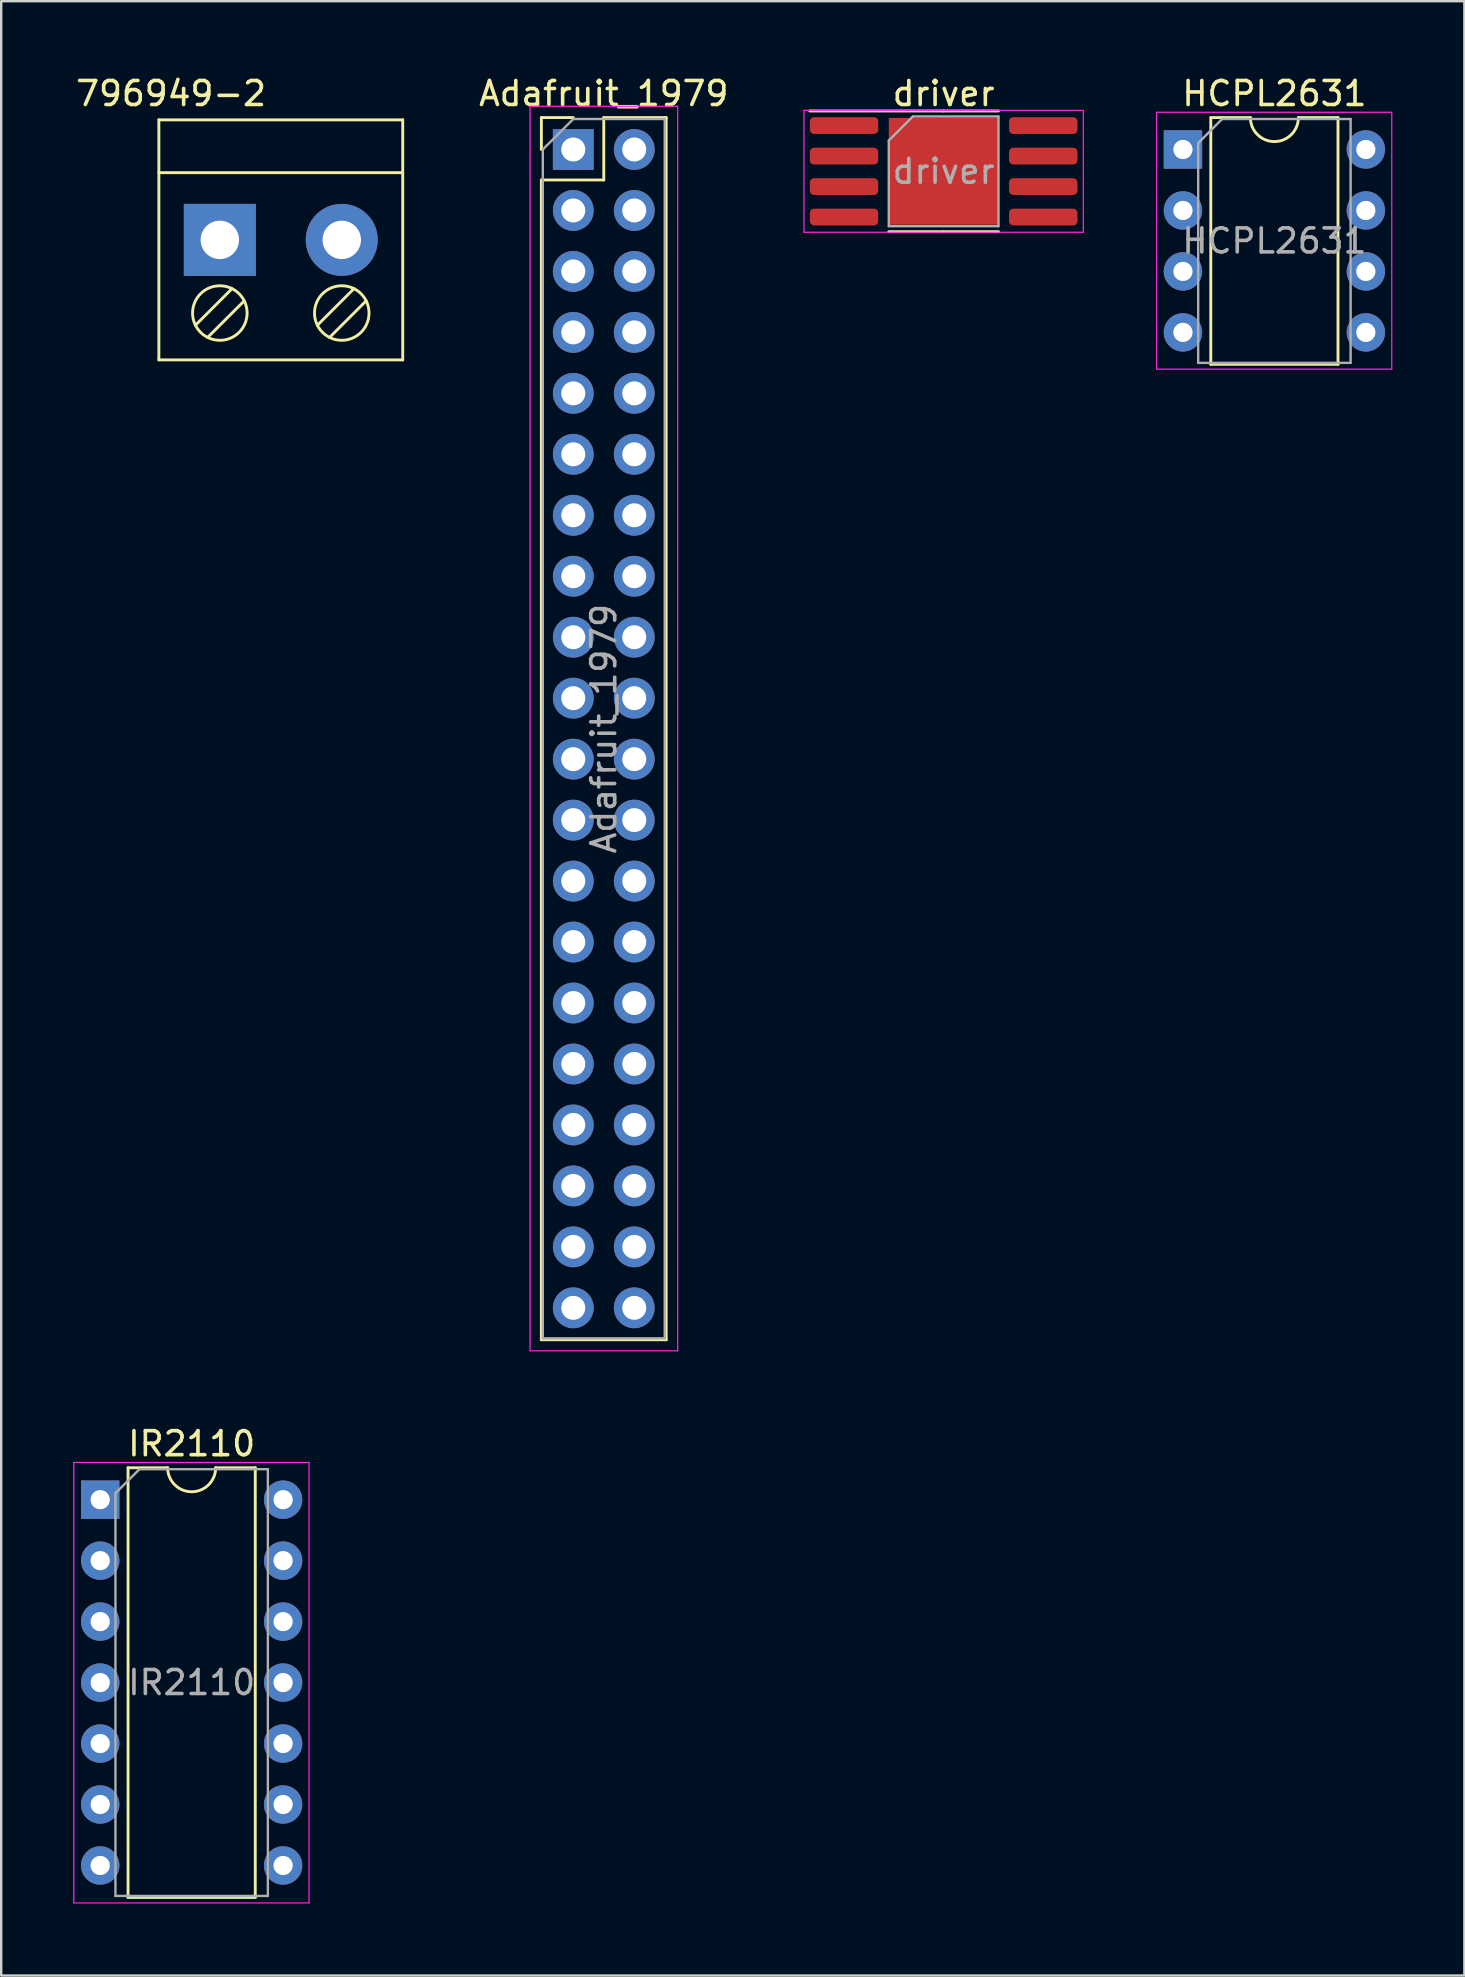
<source format=kicad_pcb>
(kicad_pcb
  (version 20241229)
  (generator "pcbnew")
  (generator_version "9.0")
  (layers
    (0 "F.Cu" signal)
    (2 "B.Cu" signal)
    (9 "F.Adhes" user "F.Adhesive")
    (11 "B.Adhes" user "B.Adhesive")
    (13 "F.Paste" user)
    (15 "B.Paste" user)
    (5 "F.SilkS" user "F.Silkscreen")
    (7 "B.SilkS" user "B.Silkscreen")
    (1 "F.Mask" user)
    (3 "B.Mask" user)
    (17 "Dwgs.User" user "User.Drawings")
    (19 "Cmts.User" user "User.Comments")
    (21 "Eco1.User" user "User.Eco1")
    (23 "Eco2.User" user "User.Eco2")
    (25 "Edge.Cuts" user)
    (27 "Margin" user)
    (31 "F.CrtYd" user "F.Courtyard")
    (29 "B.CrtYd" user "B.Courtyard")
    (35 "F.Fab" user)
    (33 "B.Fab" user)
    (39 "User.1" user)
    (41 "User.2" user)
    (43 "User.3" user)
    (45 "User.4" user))
  (footprint "796949-2"
    (layer "F.Cu")
    (at 6.109 6.944)
    (property "Reference" "796949-2" (at -2.032 -6.096 0) (layer "F.SilkS") (effects (font (size 1 1) (thickness 0.15))))
    (attr through_hole)
    (fp_line (start -2.54 -5) (end -2.54 5) (stroke (width 0.12) (type solid)) (layer "F.SilkS"))
    (fp_line (start -2.54 -2.8) (end 7.62 -2.8) (stroke (width 0.12) (type solid)) (layer "F.SilkS"))
    (fp_line (start -2.54 5) (end 7.62 5) (stroke (width 0.12) (type solid)) (layer "F.SilkS"))
    (fp_line (start 0.508 2.032) (end -1.016 3.556) (stroke (width 0.12) (type solid)) (layer "F.SilkS"))
    (fp_line (start 1.016 2.54) (end -0.508 4.064) (stroke (width 0.12) (type solid)) (layer "F.SilkS"))
    (fp_line (start 5.588 2.032) (end 4.064 3.556) (stroke (width 0.12) (type solid)) (layer "F.SilkS"))
    (fp_line (start 6.096 2.54) (end 4.572 4.064) (stroke (width 0.12) (type solid)) (layer "F.SilkS"))
    (fp_line (start 7.62 -5) (end -2.54 -5) (stroke (width 0.12) (type solid)) (layer "F.SilkS"))
    (fp_line (start 7.62 5) (end 7.62 -5) (stroke (width 0.12) (type solid)) (layer "F.SilkS"))
    (fp_circle (center 0 3.048) (end 1.016 3.556) (stroke (width 0.12) (type solid)) (fill no) (layer "F.SilkS"))
    (fp_circle (center 5.08 3.048) (end 5.588 4.064) (stroke (width 0.12) (type solid)) (fill no) (layer "F.SilkS"))
    (pad "1" thru_hole rect (at 0 0) (size 3 3) (drill 1.6) (layers "*.Cu" "*.Mask"))
    (pad "2" thru_hole circle (at 5.08 0) (size 3 3) (drill 1.6) (layers "*.Cu" "*.Mask")))
  (footprint "Adafruit_1979"
    (layer "F.Cu")
    (at 20.835 3.178)
    (property "Reference" "Adafruit_1979" (at 1.27 -2.33 0) (layer "F.SilkS") (effects (font (size 1 1) (thickness 0.15))))
    (attr through_hole)
    (fp_line (start -1.33 -1.33) (end 0 -1.33) (stroke (width 0.12) (type solid)) (layer "F.SilkS"))
    (fp_line (start -1.33 0) (end -1.33 -1.33) (stroke (width 0.12) (type solid)) (layer "F.SilkS"))
    (fp_line (start -1.33 1.27) (end -1.33 49.59) (stroke (width 0.12) (type solid)) (layer "F.SilkS"))
    (fp_line (start -1.33 1.27) (end 1.27 1.27) (stroke (width 0.12) (type solid)) (layer "F.SilkS"))
    (fp_line (start -1.33 49.59) (end 3.87 49.59) (stroke (width 0.12) (type solid)) (layer "F.SilkS"))
    (fp_line (start 1.27 -1.33) (end 3.87 -1.33) (stroke (width 0.12) (type solid)) (layer "F.SilkS"))
    (fp_line (start 1.27 1.27) (end 1.27 -1.33) (stroke (width 0.12) (type solid)) (layer "F.SilkS"))
    (fp_line (start 3.87 -1.33) (end 3.87 49.59) (stroke (width 0.12) (type solid)) (layer "F.SilkS"))
    (fp_line (start -1.8 -1.8) (end -1.8 50.05) (stroke (width 0.05) (type solid)) (layer "F.CrtYd"))
    (fp_line (start -1.8 50.05) (end 4.35 50.05) (stroke (width 0.05) (type solid)) (layer "F.CrtYd"))
    (fp_line (start 4.35 -1.8) (end -1.8 -1.8) (stroke (width 0.05) (type solid)) (layer "F.CrtYd"))
    (fp_line (start 4.35 50.05) (end 4.35 -1.8) (stroke (width 0.05) (type solid)) (layer "F.CrtYd"))
    (fp_line (start -1.27 0) (end 0 -1.27) (stroke (width 0.1) (type solid)) (layer "F.Fab"))
    (fp_line (start -1.27 49.53) (end -1.27 0) (stroke (width 0.1) (type solid)) (layer "F.Fab"))
    (fp_line (start 0 -1.27) (end 3.81 -1.27) (stroke (width 0.1) (type solid)) (layer "F.Fab"))
    (fp_line (start 3.81 -1.27) (end 3.81 49.53) (stroke (width 0.1) (type solid)) (layer "F.Fab"))
    (fp_line (start 3.81 49.53) (end -1.27 49.53) (stroke (width 0.1) (type solid)) (layer "F.Fab"))
    (fp_text user "${REFERENCE}" (at 1.27 24.13 90) (layer "F.Fab") (effects (font (size 1 1) (thickness 0.15))))
    (pad "1" thru_hole rect (at 0 0) (size 1.7 1.7) (drill 1) (layers "*.Cu" "*.Mask"))
    (pad "2" thru_hole oval (at 2.54 0) (size 1.7 1.7) (drill 1) (layers "*.Cu" "*.Mask"))
    (pad "3" thru_hole oval (at 0 2.54) (size 1.7 1.7) (drill 1) (layers "*.Cu" "*.Mask"))
    (pad "4" thru_hole oval (at 2.54 2.54) (size 1.7 1.7) (drill 1) (layers "*.Cu" "*.Mask"))
    (pad "5" thru_hole oval (at 0 5.08) (size 1.7 1.7) (drill 1) (layers "*.Cu" "*.Mask"))
    (pad "6" thru_hole oval (at 2.54 5.08) (size 1.7 1.7) (drill 1) (layers "*.Cu" "*.Mask"))
    (pad "7" thru_hole oval (at 0 7.62) (size 1.7 1.7) (drill 1) (layers "*.Cu" "*.Mask"))
    (pad "8" thru_hole oval (at 2.54 7.62) (size 1.7 1.7) (drill 1) (layers "*.Cu" "*.Mask"))
    (pad "9" thru_hole oval (at 0 10.16) (size 1.7 1.7) (drill 1) (layers "*.Cu" "*.Mask"))
    (pad "10" thru_hole oval (at 2.54 10.16) (size 1.7 1.7) (drill 1) (layers "*.Cu" "*.Mask"))
    (pad "11" thru_hole oval (at 0 12.7) (size 1.7 1.7) (drill 1) (layers "*.Cu" "*.Mask"))
    (pad "12" thru_hole oval (at 2.54 12.7) (size 1.7 1.7) (drill 1) (layers "*.Cu" "*.Mask"))
    (pad "13" thru_hole oval (at 0 15.24) (size 1.7 1.7) (drill 1) (layers "*.Cu" "*.Mask"))
    (pad "14" thru_hole oval (at 2.54 15.24) (size 1.7 1.7) (drill 1) (layers "*.Cu" "*.Mask"))
    (pad "15" thru_hole oval (at 0 17.78) (size 1.7 1.7) (drill 1) (layers "*.Cu" "*.Mask"))
    (pad "16" thru_hole oval (at 2.54 17.78) (size 1.7 1.7) (drill 1) (layers "*.Cu" "*.Mask"))
    (pad "17" thru_hole oval (at 0 20.32) (size 1.7 1.7) (drill 1) (layers "*.Cu" "*.Mask"))
    (pad "18" thru_hole oval (at 2.54 20.32) (size 1.7 1.7) (drill 1) (layers "*.Cu" "*.Mask"))
    (pad "19" thru_hole oval (at 0 22.86) (size 1.7 1.7) (drill 1) (layers "*.Cu" "*.Mask"))
    (pad "20" thru_hole oval (at 2.54 22.86) (size 1.7 1.7) (drill 1) (layers "*.Cu" "*.Mask"))
    (pad "21" thru_hole oval (at 0 25.4) (size 1.7 1.7) (drill 1) (layers "*.Cu" "*.Mask"))
    (pad "22" thru_hole oval (at 2.54 25.4) (size 1.7 1.7) (drill 1) (layers "*.Cu" "*.Mask"))
    (pad "23" thru_hole oval (at 0 27.94) (size 1.7 1.7) (drill 1) (layers "*.Cu" "*.Mask"))
    (pad "24" thru_hole oval (at 2.54 27.94) (size 1.7 1.7) (drill 1) (layers "*.Cu" "*.Mask"))
    (pad "25" thru_hole oval (at 0 30.48) (size 1.7 1.7) (drill 1) (layers "*.Cu" "*.Mask"))
    (pad "26" thru_hole oval (at 2.54 30.48) (size 1.7 1.7) (drill 1) (layers "*.Cu" "*.Mask"))
    (pad "27" thru_hole oval (at 0 33.02) (size 1.7 1.7) (drill 1) (layers "*.Cu" "*.Mask"))
    (pad "28" thru_hole oval (at 2.54 33.02) (size 1.7 1.7) (drill 1) (layers "*.Cu" "*.Mask"))
    (pad "29" thru_hole oval (at 0 35.56) (size 1.7 1.7) (drill 1) (layers "*.Cu" "*.Mask"))
    (pad "30" thru_hole oval (at 2.54 35.56) (size 1.7 1.7) (drill 1) (layers "*.Cu" "*.Mask"))
    (pad "31" thru_hole oval (at 0 38.1) (size 1.7 1.7) (drill 1) (layers "*.Cu" "*.Mask"))
    (pad "32" thru_hole oval (at 2.54 38.1) (size 1.7 1.7) (drill 1) (layers "*.Cu" "*.Mask"))
    (pad "33" thru_hole oval (at 0 40.64) (size 1.7 1.7) (drill 1) (layers "*.Cu" "*.Mask"))
    (pad "34" thru_hole oval (at 2.54 40.64) (size 1.7 1.7) (drill 1) (layers "*.Cu" "*.Mask"))
    (pad "35" thru_hole oval (at 0 43.18) (size 1.7 1.7) (drill 1) (layers "*.Cu" "*.Mask"))
    (pad "36" thru_hole oval (at 2.54 43.18) (size 1.7 1.7) (drill 1) (layers "*.Cu" "*.Mask"))
    (pad "37" thru_hole oval (at 0 45.72) (size 1.7 1.7) (drill 1) (layers "*.Cu" "*.Mask"))
    (pad "38" thru_hole oval (at 2.54 45.72) (size 1.7 1.7) (drill 1) (layers "*.Cu" "*.Mask"))
    (pad "39" thru_hole oval (at 0 48.26) (size 1.7 1.7) (drill 1) (layers "*.Cu" "*.Mask"))
    (pad "40" thru_hole oval (at 2.54 48.26) (size 1.7 1.7) (drill 1) (layers "*.Cu" "*.Mask")))
  (footprint "HCPL2631"
    (layer "F.Cu")
    (at 46.235 3.178)
    (property "Reference" "HCPL2631" (at 3.81 -2.33 0) (layer "F.SilkS") (effects (font (size 1 1) (thickness 0.15))))
    (attr through_hole)
    (fp_line (start 1.16 -1.33) (end 1.16 8.95) (stroke (width 0.12) (type solid)) (layer "F.SilkS"))
    (fp_line (start 1.16 8.95) (end 6.46 8.95) (stroke (width 0.12) (type solid)) (layer "F.SilkS"))
    (fp_line (start 2.81 -1.33) (end 1.16 -1.33) (stroke (width 0.12) (type solid)) (layer "F.SilkS"))
    (fp_line (start 6.46 -1.33) (end 4.81 -1.33) (stroke (width 0.12) (type solid)) (layer "F.SilkS"))
    (fp_line (start 6.46 8.95) (end 6.46 -1.33) (stroke (width 0.12) (type solid)) (layer "F.SilkS"))
    (fp_arc (start 4.81 -1.33) (mid 3.81 -0.33) (end 2.81 -1.33) (stroke (width 0.12) (type solid)) (layer "F.SilkS"))
    (fp_line (start -1.1 -1.55) (end -1.1 9.15) (stroke (width 0.05) (type solid)) (layer "F.CrtYd"))
    (fp_line (start -1.1 9.15) (end 8.7 9.15) (stroke (width 0.05) (type solid)) (layer "F.CrtYd"))
    (fp_line (start 8.7 -1.55) (end -1.1 -1.55) (stroke (width 0.05) (type solid)) (layer "F.CrtYd"))
    (fp_line (start 8.7 9.15) (end 8.7 -1.55) (stroke (width 0.05) (type solid)) (layer "F.CrtYd"))
    (fp_line (start 0.635 -0.27) (end 1.635 -1.27) (stroke (width 0.1) (type solid)) (layer "F.Fab"))
    (fp_line (start 0.635 8.89) (end 0.635 -0.27) (stroke (width 0.1) (type solid)) (layer "F.Fab"))
    (fp_line (start 1.635 -1.27) (end 6.985 -1.27) (stroke (width 0.1) (type solid)) (layer "F.Fab"))
    (fp_line (start 6.985 -1.27) (end 6.985 8.89) (stroke (width 0.1) (type solid)) (layer "F.Fab"))
    (fp_line (start 6.985 8.89) (end 0.635 8.89) (stroke (width 0.1) (type solid)) (layer "F.Fab"))
    (fp_text user "${REFERENCE}" (at 3.81 3.81 0) (layer "F.Fab") (effects (font (size 1 1) (thickness 0.15))))
    (pad "1" thru_hole rect (at 0 0) (size 1.6 1.6) (drill 0.8) (layers "*.Cu" "*.Mask"))
    (pad "2" thru_hole oval (at 0 2.54) (size 1.6 1.6) (drill 0.8) (layers "*.Cu" "*.Mask"))
    (pad "3" thru_hole oval (at 0 5.08) (size 1.6 1.6) (drill 0.8) (layers "*.Cu" "*.Mask"))
    (pad "4" thru_hole oval (at 0 7.62) (size 1.6 1.6) (drill 0.8) (layers "*.Cu" "*.Mask"))
    (pad "5" thru_hole oval (at 7.62 7.62) (size 1.6 1.6) (drill 0.8) (layers "*.Cu" "*.Mask"))
    (pad "6" thru_hole oval (at 7.62 5.08) (size 1.6 1.6) (drill 0.8) (layers "*.Cu" "*.Mask"))
    (pad "7" thru_hole oval (at 7.62 2.54) (size 1.6 1.6) (drill 0.8) (layers "*.Cu" "*.Mask"))
    (pad "8" thru_hole oval (at 7.62 0) (size 1.6 1.6) (drill 0.8) (layers "*.Cu" "*.Mask")))
  (footprint "IR2110"
    (layer "F.Cu")
    (at 1.125 59.431)
    (property "Reference" "IR2110" (at 3.81 -2.33 0) (layer "F.SilkS") (effects (font (size 1 1) (thickness 0.15))))
    (attr through_hole)
    (fp_line (start 1.16 -1.33) (end 1.16 16.57) (stroke (width 0.12) (type solid)) (layer "F.SilkS"))
    (fp_line (start 1.16 16.57) (end 6.46 16.57) (stroke (width 0.12) (type solid)) (layer "F.SilkS"))
    (fp_line (start 2.81 -1.33) (end 1.16 -1.33) (stroke (width 0.12) (type solid)) (layer "F.SilkS"))
    (fp_line (start 6.46 -1.33) (end 4.81 -1.33) (stroke (width 0.12) (type solid)) (layer "F.SilkS"))
    (fp_line (start 6.46 16.57) (end 6.46 -1.33) (stroke (width 0.12) (type solid)) (layer "F.SilkS"))
    (fp_arc (start 4.81 -1.33) (mid 3.81 -0.33) (end 2.81 -1.33) (stroke (width 0.12) (type solid)) (layer "F.SilkS"))
    (fp_line (start -1.1 -1.55) (end -1.1 16.8) (stroke (width 0.05) (type solid)) (layer "F.CrtYd"))
    (fp_line (start -1.1 16.8) (end 8.7 16.8) (stroke (width 0.05) (type solid)) (layer "F.CrtYd"))
    (fp_line (start 8.7 -1.55) (end -1.1 -1.55) (stroke (width 0.05) (type solid)) (layer "F.CrtYd"))
    (fp_line (start 8.7 16.8) (end 8.7 -1.55) (stroke (width 0.05) (type solid)) (layer "F.CrtYd"))
    (fp_line (start 0.635 -0.27) (end 1.635 -1.27) (stroke (width 0.1) (type solid)) (layer "F.Fab"))
    (fp_line (start 0.635 16.51) (end 0.635 -0.27) (stroke (width 0.1) (type solid)) (layer "F.Fab"))
    (fp_line (start 1.635 -1.27) (end 6.985 -1.27) (stroke (width 0.1) (type solid)) (layer "F.Fab"))
    (fp_line (start 6.985 -1.27) (end 6.985 16.51) (stroke (width 0.1) (type solid)) (layer "F.Fab"))
    (fp_line (start 6.985 16.51) (end 0.635 16.51) (stroke (width 0.1) (type solid)) (layer "F.Fab"))
    (fp_text user "${REFERENCE}" (at 3.81 7.62 0) (layer "F.Fab") (effects (font (size 1 1) (thickness 0.15))))
    (pad "1" thru_hole rect (at 0 0) (size 1.6 1.6) (drill 0.8) (layers "*.Cu" "*.Mask"))
    (pad "2" thru_hole oval (at 0 2.54) (size 1.6 1.6) (drill 0.8) (layers "*.Cu" "*.Mask"))
    (pad "3" thru_hole oval (at 0 5.08) (size 1.6 1.6) (drill 0.8) (layers "*.Cu" "*.Mask"))
    (pad "4" thru_hole oval (at 0 7.62) (size 1.6 1.6) (drill 0.8) (layers "*.Cu" "*.Mask"))
    (pad "5" thru_hole oval (at 0 10.16) (size 1.6 1.6) (drill 0.8) (layers "*.Cu" "*.Mask"))
    (pad "6" thru_hole oval (at 0 12.7) (size 1.6 1.6) (drill 0.8) (layers "*.Cu" "*.Mask"))
    (pad "7" thru_hole oval (at 0 15.24) (size 1.6 1.6) (drill 0.8) (layers "*.Cu" "*.Mask"))
    (pad "8" thru_hole oval (at 7.62 15.24) (size 1.6 1.6) (drill 0.8) (layers "*.Cu" "*.Mask"))
    (pad "9" thru_hole oval (at 7.62 12.7) (size 1.6 1.6) (drill 0.8) (layers "*.Cu" "*.Mask"))
    (pad "10" thru_hole oval (at 7.62 10.16) (size 1.6 1.6) (drill 0.8) (layers "*.Cu" "*.Mask"))
    (pad "11" thru_hole oval (at 7.62 7.62) (size 1.6 1.6) (drill 0.8) (layers "*.Cu" "*.Mask"))
    (pad "12" thru_hole oval (at 7.62 5.08) (size 1.6 1.6) (drill 0.8) (layers "*.Cu" "*.Mask"))
    (pad "13" thru_hole oval (at 7.62 2.54) (size 1.6 1.6) (drill 0.8) (layers "*.Cu" "*.Mask"))
    (pad "14" thru_hole oval (at 7.62 0) (size 1.6 1.6) (drill 0.8) (layers "*.Cu" "*.Mask")))
  (footprint "driver"
    (layer "F.Cu")
    (at 36.265 4.088)
    (property "Reference" "driver" (at 0 -3.24 0) (layer "F.SilkS") (effects (font (size 1 1) (thickness 0.15))))
    (attr smd)
    (fp_line (start 0 -2.515) (end -5.575 -2.515) (stroke (width 0.12) (type solid)) (layer "F.SilkS"))
    (fp_line (start 0 -2.515) (end 2.285 -2.515) (stroke (width 0.12) (type solid)) (layer "F.SilkS"))
    (fp_line (start 0 2.515) (end -2.285 2.515) (stroke (width 0.12) (type solid)) (layer "F.SilkS"))
    (fp_line (start 0 2.515) (end 2.285 2.515) (stroke (width 0.12) (type solid)) (layer "F.SilkS"))
    (fp_line (start -5.82 -2.54) (end -5.82 2.54) (stroke (width 0.05) (type solid)) (layer "F.CrtYd"))
    (fp_line (start -5.82 2.54) (end 5.82 2.54) (stroke (width 0.05) (type solid)) (layer "F.CrtYd"))
    (fp_line (start 5.82 -2.54) (end -5.82 -2.54) (stroke (width 0.05) (type solid)) (layer "F.CrtYd"))
    (fp_line (start 5.82 2.54) (end 5.82 -2.54) (stroke (width 0.05) (type solid)) (layer "F.CrtYd"))
    (fp_line (start -2.285 -1.285) (end -1.285 -2.285) (stroke (width 0.1) (type solid)) (layer "F.Fab"))
    (fp_line (start -2.285 2.285) (end -2.285 -1.285) (stroke (width 0.1) (type solid)) (layer "F.Fab"))
    (fp_line (start -1.285 -2.285) (end 2.285 -2.285) (stroke (width 0.1) (type solid)) (layer "F.Fab"))
    (fp_line (start 2.285 -2.285) (end 2.285 2.285) (stroke (width 0.1) (type solid)) (layer "F.Fab"))
    (fp_line (start 2.285 2.285) (end -2.285 2.285) (stroke (width 0.1) (type solid)) (layer "F.Fab"))
    (fp_text user "${REFERENCE}" (at 0 0 0) (layer "F.Fab") (effects (font (size 1 1) (thickness 0.15))))
    (pad "" smd roundrect (at -1.14 -1.11) (size 1.84 1.79) (layers "F.Paste") (roundrect_rratio 0.14))
    (pad "" smd roundrect (at -1.14 1.11) (size 1.84 1.79) (layers "F.Paste") (roundrect_rratio 0.14))
    (pad "" smd roundrect (at 1.14 -1.11) (size 1.84 1.79) (layers "F.Paste") (roundrect_rratio 0.14))
    (pad "" smd roundrect (at 1.14 1.11) (size 1.84 1.79) (layers "F.Paste") (roundrect_rratio 0.14))
    (pad "1" smd roundrect (at -4.15 -1.905) (size 2.85 0.7) (layers "F.Cu" "F.Mask" "F.Paste") (roundrect_rratio 0.25))
    (pad "2" smd roundrect (at -4.15 -0.635) (size 2.85 0.7) (layers "F.Cu" "F.Mask" "F.Paste") (roundrect_rratio 0.25))
    (pad "3" smd roundrect (at -4.15 0.635) (size 2.85 0.7) (layers "F.Cu" "F.Mask" "F.Paste") (roundrect_rratio 0.25))
    (pad "4" smd roundrect (at -4.15 1.905) (size 2.85 0.7) (layers "F.Cu" "F.Mask" "F.Paste") (roundrect_rratio 0.25))
    (pad "5" smd roundrect (at 4.15 1.905) (size 2.85 0.7) (layers "F.Cu" "F.Mask" "F.Paste") (roundrect_rratio 0.25))
    (pad "6" smd roundrect (at 4.15 0.635) (size 2.85 0.7) (layers "F.Cu" "F.Mask" "F.Paste") (roundrect_rratio 0.25))
    (pad "7" smd roundrect (at 4.15 -0.635) (size 2.85 0.7) (layers "F.Cu" "F.Mask" "F.Paste") (roundrect_rratio 0.25))
    (pad "8" smd roundrect (at 4.15 -1.905) (size 2.85 0.7) (layers "F.Cu" "F.Mask" "F.Paste") (roundrect_rratio 0.25))
    (pad "9" smd rect (at 0 0) (size 4.57 4.45) (layers "F.Cu" "F.Mask")))
  (gr_rect
    (start -3 -3)
    (end 57.96 79.257)
    (stroke (width 0.1) (type default))
    (fill no)
    (layer "Edge.Cuts")))
</source>
